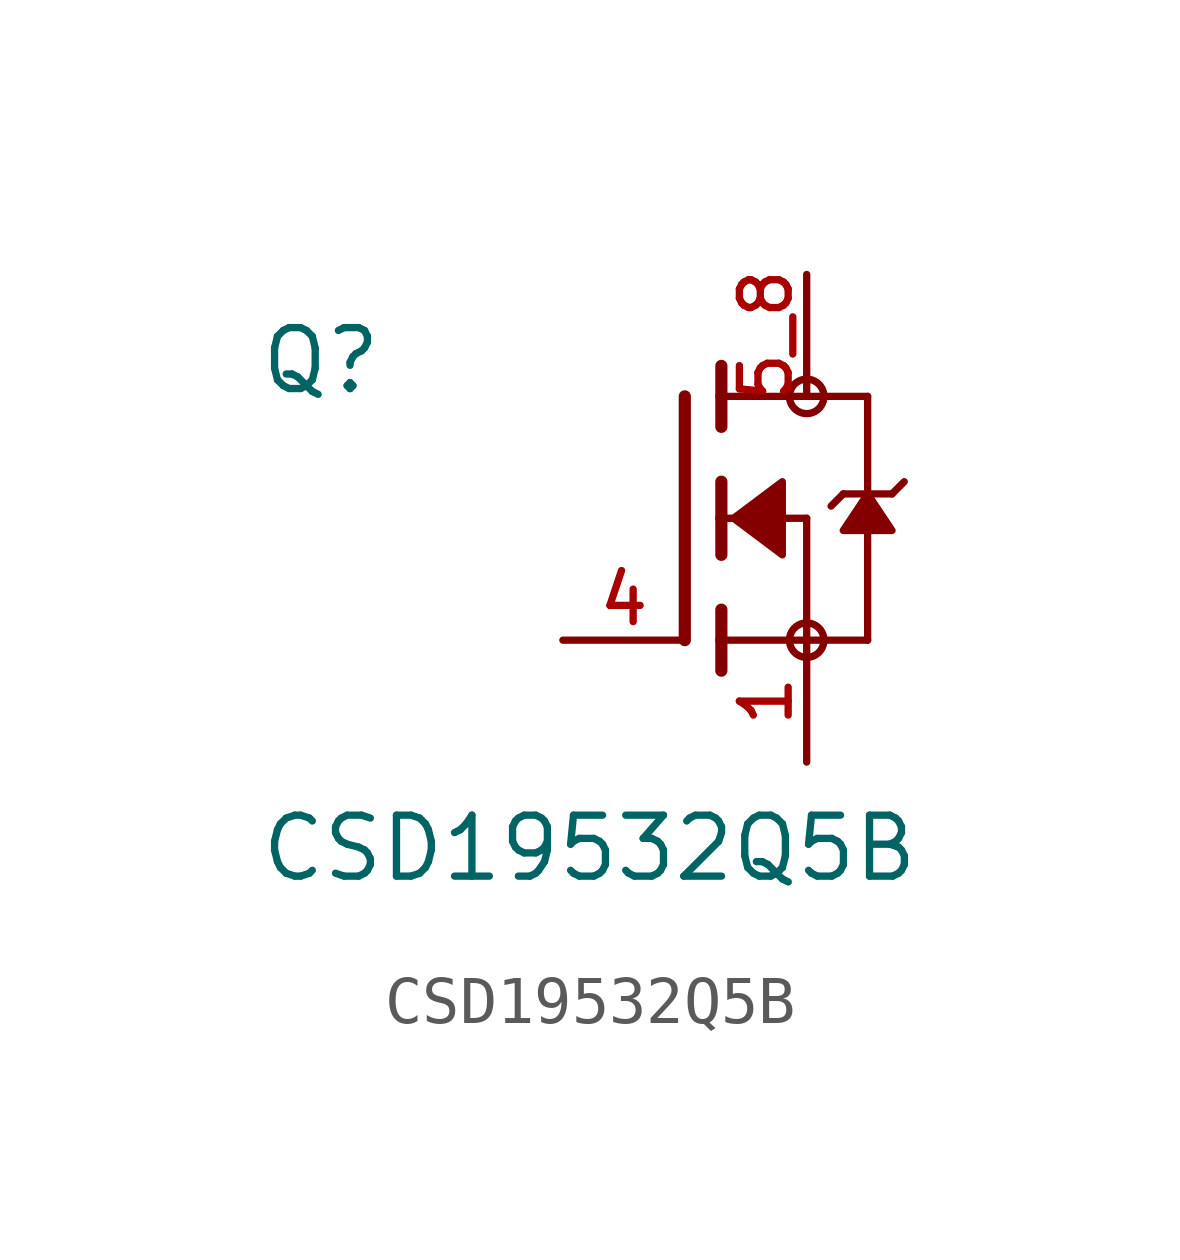
<source format=kicad_sym>
(kicad_symbol_lib
  (version 20211014)
  (generator kicad_symbol_editor)
  (symbol "CSD19532Q5B"
    (pin_names
      (offset 1.016))
    (property "Reference" "Q"
      (at -8.89 2.54 0)
      (effects (font (size 1.27 1.27)) (justify bottom left)))
    (property "Value" "CSD19532Q5B"
      (at -8.89 -7.62 0)
      (effects (font (size 1.27 1.27)) (justify bottom left)))
    (symbol "CSD19532Q5B_0_0"
      (polyline (pts (xy 0.762 0.762) (xy 0.762 0.0)) (stroke (width 0.254)))
      (polyline (pts (xy 0.762 0.0) (xy 0.762 -0.762)) (stroke (width 0.254)))
      (polyline (pts (xy 0.762 3.175) (xy 0.762 2.54)) (stroke (width 0.254)))
      (polyline (pts (xy 0.762 2.54) (xy 0.762 1.905)) (stroke (width 0.254)))
      (polyline (pts (xy 0.762 0.0) (xy 2.54 0.0)) (stroke (width 0.152)))
      (polyline (pts (xy 2.54 0.0) (xy 2.54 -2.54)) (stroke (width 0.152)))
      (polyline (pts (xy 0.762 -1.905) (xy 0.762 -2.54)) (stroke (width 0.254)))
      (polyline (pts (xy 0.762 -2.54) (xy 0.762 -3.175)) (stroke (width 0.254)))
      (polyline (pts (xy 0.0 2.54) (xy 0.0 -2.54)) (stroke (width 0.254)))
      (polyline (pts (xy 2.54 -2.54) (xy 0.762 -2.54)) (stroke (width 0.152)))
      (polyline (pts (xy 3.81 2.54) (xy 3.81 0.508)) (stroke (width 0.152)))
      (polyline (pts (xy 3.81 0.508) (xy 3.81 -2.54)) (stroke (width 0.152)))
      (polyline (pts (xy 2.54 -2.54) (xy 3.81 -2.54)) (stroke (width 0.152)))
      (polyline (pts (xy 0.762 2.54) (xy 3.81 2.54)) (stroke (width 0.152)))
      (polyline (pts (xy 4.572 0.762) (xy 4.318 0.508)) (stroke (width 0.152)))
      (polyline (pts (xy 4.318 0.508) (xy 3.81 0.508)) (stroke (width 0.152)))
      (polyline (pts (xy 3.81 0.508) (xy 3.302 0.508)) (stroke (width 0.152)))
      (polyline (pts (xy 3.302 0.508) (xy 3.048 0.254)) (stroke (width 0.152)))
      (circle (center 2.54 -2.54) (radius 0.359) (stroke (width 0.0)) (fill (type none)))
      (circle (center 2.54 2.54) (radius 0.359) (stroke (width 0.0)) (fill (type none)))
      (polyline (pts (xy 3.81 0.508) (xy 3.302 -0.254) (xy 4.318 -0.254) (xy 3.81 0.508)) (stroke (width 0.152)) (fill (type outline)))
      (polyline (pts (xy 1.016 0.0) (xy 2.032 0.762) (xy 2.032 -0.762) (xy 1.016 0.0)) (stroke (width 0.152)) (fill (type outline)))
      (pin passive line (at 2.54 -5.08 90.0) (length 2.54) (name "~" (effects (font (size 1.016 1.016)))) (number "1" (effects (font (size 1.016 1.016)))))
      (pin passive line (at -2.54 -2.54 0) (length 2.54) (name "~" (effects (font (size 1.016 1.016)))) (number "4" (effects (font (size 1.016 1.016)))))
      (pin passive line (at 2.54 5.08 270.0) (length 2.54) (name "~" (effects (font (size 1.016 1.016)))) (number "5_8" (effects (font (size 1.016 1.016))))))))
</source>
